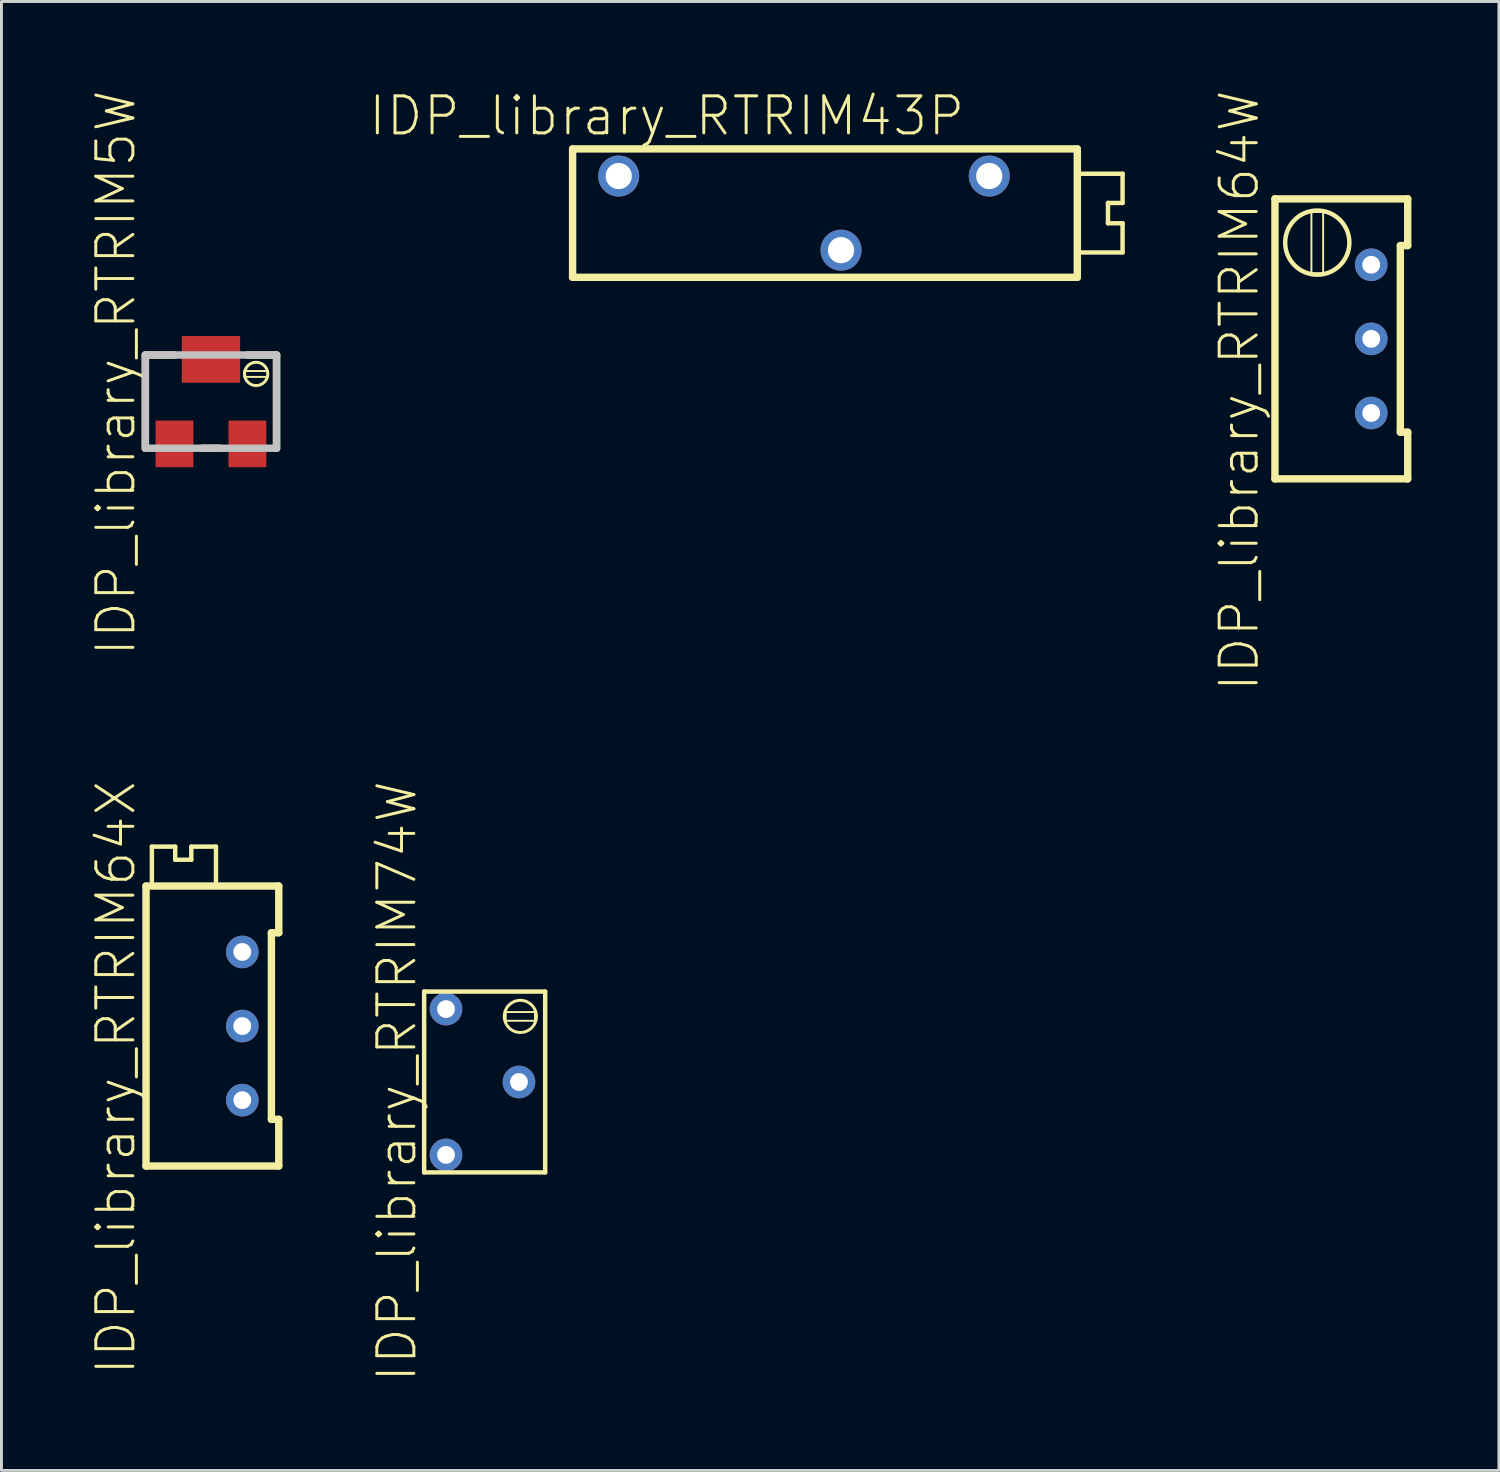
<source format=kicad_pcb>
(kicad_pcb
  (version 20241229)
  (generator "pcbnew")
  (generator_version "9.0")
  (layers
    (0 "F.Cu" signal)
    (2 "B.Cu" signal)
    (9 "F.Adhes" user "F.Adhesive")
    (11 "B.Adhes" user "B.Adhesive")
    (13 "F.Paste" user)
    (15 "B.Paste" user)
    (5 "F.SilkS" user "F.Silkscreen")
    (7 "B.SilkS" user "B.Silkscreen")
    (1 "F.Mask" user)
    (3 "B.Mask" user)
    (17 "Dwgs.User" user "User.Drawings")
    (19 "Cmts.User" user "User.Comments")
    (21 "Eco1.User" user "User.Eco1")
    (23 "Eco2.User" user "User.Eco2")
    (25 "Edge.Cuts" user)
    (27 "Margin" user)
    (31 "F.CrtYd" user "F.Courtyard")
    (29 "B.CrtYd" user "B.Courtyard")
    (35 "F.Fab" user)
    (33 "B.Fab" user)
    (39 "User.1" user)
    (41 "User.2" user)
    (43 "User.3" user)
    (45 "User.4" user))
  (footprint "IDP_library_RTRIM5W"
    (layer "F.Cu")
    (at 4.18 10.715)
    (property "Reference" "IDP_library_RTRIM5W" (at -3.259 -0.983 90) (layer "F.SilkS") (effects (font (size 1.27 1.27) (thickness 0.102))))
    (attr smd)
    (fp_line (start -2.248 -1.598) (end -2.248 1.598) (stroke (width 0.254) (type solid)) (layer "F.SilkS"))
    (fp_line (start -1.25 -1.598) (end -2.248 -1.598) (stroke (width 0.254) (type solid)) (layer "F.SilkS"))
    (fp_line (start -0.3 1.598) (end 0.3 1.598) (stroke (width 0.254) (type solid)) (layer "F.SilkS"))
    (fp_line (start 1.148 -1.049) (end 1.948 -1.049) (stroke (width 0.066) (type solid)) (layer "F.SilkS"))
    (fp_line (start 1.148 -0.848) (end 1.148 -1.049) (stroke (width 0.066) (type solid)) (layer "F.SilkS"))
    (fp_line (start 1.148 -0.848) (end 1.948 -0.848) (stroke (width 0.066) (type solid)) (layer "F.SilkS"))
    (fp_line (start 1.25 -1.598) (end 2.248 -1.598) (stroke (width 0.254) (type solid)) (layer "F.SilkS"))
    (fp_line (start 1.948 -0.848) (end 1.948 -1.049) (stroke (width 0.066) (type solid)) (layer "F.SilkS"))
    (fp_line (start 2.248 -1.598) (end 2.248 1.598) (stroke (width 0.254) (type solid)) (layer "F.SilkS"))
    (fp_circle (center 1.549 -0.95) (end 1.549 -1.349) (stroke (width 0.102) (type solid)) (fill no) (layer "F.SilkS"))
    (fp_line (start -2.248 -1.598) (end -2.248 1.598) (stroke (width 0.254) (type solid)) (layer "Dwgs.User"))
    (fp_line (start -2.248 1.598) (end 2.248 1.598) (stroke (width 0.254) (type solid)) (layer "Dwgs.User"))
    (fp_line (start 2.248 -1.598) (end -2.248 -1.598) (stroke (width 0.254) (type solid)) (layer "Dwgs.User"))
    (fp_line (start 2.248 1.598) (end 2.248 -1.598) (stroke (width 0.254) (type solid)) (layer "Dwgs.User"))
    (pad "1" smd rect (at -1.25 1.448) (size 1.298 1.598) (layers "F.Cu" "F.Mask" "F.Paste"))
    (pad "2" smd rect (at 0 -1.448) (size 1.999 1.598) (layers "F.Cu" "F.Mask" "F.Paste"))
    (pad "3" smd rect (at 1.25 1.448) (size 1.298 1.598) (layers "F.Cu" "F.Mask" "F.Paste")))
  (footprint "IDP_library_RTRIM64X"
    (layer "F.Cu")
    (at 3.984 32.116)
    (property "Reference" "IDP_library_RTRIM64X" (at -3.063 1.773 90) (layer "F.SilkS") (effects (font (size 1.27 1.27) (thickness 0.102))))
    (attr exclude_from_pos_files exclude_from_bom)
    (fp_line (start -2.029 -4.798) (end 2.52 -4.798) (stroke (width 0.254) (type solid)) (layer "F.SilkS"))
    (fp_line (start -2.029 4.798) (end -2.029 -4.798) (stroke (width 0.254) (type solid)) (layer "F.SilkS"))
    (fp_line (start -1.829 -6.149) (end -1.029 -6.149) (stroke (width 0.152) (type solid)) (layer "F.SilkS"))
    (fp_line (start -1.829 -4.948) (end -1.829 -6.149) (stroke (width 0.152) (type solid)) (layer "F.SilkS"))
    (fp_line (start -1.029 -6.149) (end -1.029 -5.7) (stroke (width 0.152) (type solid)) (layer "F.SilkS"))
    (fp_line (start -1.029 -5.7) (end -0.478 -5.7) (stroke (width 0.152) (type solid)) (layer "F.SilkS"))
    (fp_line (start -0.478 -6.149) (end 0.368 -6.149) (stroke (width 0.152) (type solid)) (layer "F.SilkS"))
    (fp_line (start -0.478 -5.7) (end -0.478 -6.149) (stroke (width 0.152) (type solid)) (layer "F.SilkS"))
    (fp_line (start 0.368 -6.149) (end 0.368 -4.948) (stroke (width 0.152) (type solid)) (layer "F.SilkS"))
    (fp_line (start 2.268 -3.198) (end 2.268 3.198) (stroke (width 0.254) (type solid)) (layer "F.SilkS"))
    (fp_line (start 2.268 3.198) (end 2.52 3.198) (stroke (width 0.254) (type solid)) (layer "F.SilkS"))
    (fp_line (start 2.52 -4.798) (end 2.52 -3.198) (stroke (width 0.254) (type solid)) (layer "F.SilkS"))
    (fp_line (start 2.52 -3.198) (end 2.268 -3.198) (stroke (width 0.254) (type solid)) (layer "F.SilkS"))
    (fp_line (start 2.52 3.198) (end 2.52 4.798) (stroke (width 0.254) (type solid)) (layer "F.SilkS"))
    (fp_line (start 2.52 4.798) (end -2.029 4.798) (stroke (width 0.254) (type solid)) (layer "F.SilkS"))
    (pad "1" thru_hole circle (at 1.27 2.54) (size 1.118 1.118) (drill 0.61) (layers "*.Cu" "*.Paste" "*.Mask"))
    (pad "2" thru_hole circle (at 1.27 0) (size 1.118 1.118) (drill 0.61) (layers "*.Cu" "*.Paste" "*.Mask"))
    (pad "3" thru_hole circle (at 1.27 -2.54) (size 1.118 1.118) (drill 0.61) (layers "*.Cu" "*.Paste" "*.Mask")))
  (footprint "IDP_library_RTRIM43P"
    (layer "F.Cu")
    (at 25.775 4.254)
    (property "Reference" "IDP_library_RTRIM43P" (at -5.974 -3.332 0) (layer "F.SilkS") (effects (font (size 1.27 1.27) (thickness 0.102))))
    (attr exclude_from_pos_files exclude_from_bom)
    (fp_line (start -9.2 -2.2) (end -9.2 2.2) (stroke (width 0.254) (type solid)) (layer "F.SilkS"))
    (fp_line (start -9.2 2.2) (end 8.098 2.2) (stroke (width 0.254) (type solid)) (layer "F.SilkS"))
    (fp_line (start 8.098 -2.2) (end -9.2 -2.2) (stroke (width 0.254) (type solid)) (layer "F.SilkS"))
    (fp_line (start 8.098 2.2) (end 8.098 -2.2) (stroke (width 0.254) (type solid)) (layer "F.SilkS"))
    (fp_line (start 8.199 -1.349) (end 9.649 -1.349) (stroke (width 0.152) (type solid)) (layer "F.SilkS"))
    (fp_line (start 9.149 -0.348) (end 9.149 0.348) (stroke (width 0.152) (type solid)) (layer "F.SilkS"))
    (fp_line (start 9.149 0.348) (end 9.649 0.348) (stroke (width 0.152) (type solid)) (layer "F.SilkS"))
    (fp_line (start 9.649 -1.349) (end 9.649 -0.348) (stroke (width 0.152) (type solid)) (layer "F.SilkS"))
    (fp_line (start 9.649 -0.348) (end 9.149 -0.348) (stroke (width 0.152) (type solid)) (layer "F.SilkS"))
    (fp_line (start 9.649 0.348) (end 9.649 1.349) (stroke (width 0.152) (type solid)) (layer "F.SilkS"))
    (fp_line (start 9.649 1.349) (end 8.199 1.349) (stroke (width 0.152) (type solid)) (layer "F.SilkS"))
    (pad "1" thru_hole circle (at -7.62 -1.27) (size 1.407 1.407) (drill 0.899) (layers "*.Cu" "*.Paste" "*.Mask"))
    (pad "2" thru_hole circle (at 0 1.27) (size 1.407 1.407) (drill 0.899) (layers "*.Cu" "*.Paste" "*.Mask"))
    (pad "3" thru_hole circle (at 5.08 -1.27) (size 1.407 1.407) (drill 0.899) (layers "*.Cu" "*.Paste" "*.Mask")))
  (footprint "IDP_library_RTRIM64W"
    (layer "F.Cu")
    (at 42.676 8.564)
    (property "Reference" "IDP_library_RTRIM64W" (at -3.254 1.773 90) (layer "F.SilkS") (effects (font (size 1.27 1.27) (thickness 0.102))))
    (attr exclude_from_pos_files exclude_from_bom)
    (fp_line (start -2.029 -4.798) (end 2.52 -4.798) (stroke (width 0.254) (type solid)) (layer "F.SilkS"))
    (fp_line (start -2.029 4.798) (end -2.029 -4.798) (stroke (width 0.254) (type solid)) (layer "F.SilkS"))
    (fp_line (start -0.78 -4.348) (end -0.378 -4.348) (stroke (width 0.066) (type solid)) (layer "F.SilkS"))
    (fp_line (start -0.78 -2.248) (end -0.78 -4.348) (stroke (width 0.066) (type solid)) (layer "F.SilkS"))
    (fp_line (start -0.78 -2.248) (end -0.378 -2.248) (stroke (width 0.066) (type solid)) (layer "F.SilkS"))
    (fp_line (start -0.378 -2.248) (end -0.378 -4.348) (stroke (width 0.066) (type solid)) (layer "F.SilkS"))
    (fp_line (start 2.268 -3.198) (end 2.268 3.198) (stroke (width 0.254) (type solid)) (layer "F.SilkS"))
    (fp_line (start 2.268 3.198) (end 2.52 3.198) (stroke (width 0.254) (type solid)) (layer "F.SilkS"))
    (fp_line (start 2.52 -4.798) (end 2.52 -3.198) (stroke (width 0.254) (type solid)) (layer "F.SilkS"))
    (fp_line (start 2.52 -3.198) (end 2.268 -3.198) (stroke (width 0.254) (type solid)) (layer "F.SilkS"))
    (fp_line (start 2.52 3.198) (end 2.52 4.798) (stroke (width 0.254) (type solid)) (layer "F.SilkS"))
    (fp_line (start 2.52 4.798) (end -2.029 4.798) (stroke (width 0.254) (type solid)) (layer "F.SilkS"))
    (fp_circle (center -0.579 -3.299) (end -0.579 -4.399) (stroke (width 0.152) (type solid)) (fill no) (layer "F.SilkS"))
    (pad "1" thru_hole circle (at 1.27 2.54) (size 1.118 1.118) (drill 0.61) (layers "*.Cu" "*.Paste" "*.Mask"))
    (pad "2" thru_hole circle (at 1.27 0) (size 1.118 1.118) (drill 0.61) (layers "*.Cu" "*.Paste" "*.Mask"))
    (pad "3" thru_hole circle (at 1.27 -2.54) (size 1.118 1.118) (drill 0.61) (layers "*.Cu" "*.Paste" "*.Mask")))
  (footprint "IDP_library_RTRIM74W"
    (layer "F.Cu")
    (at 13.486 34.033)
    (property "Reference" "IDP_library_RTRIM74W" (at -2.934 -0.023 90) (layer "F.SilkS") (effects (font (size 1.27 1.27) (thickness 0.102))))
    (attr exclude_from_pos_files exclude_from_bom)
    (fp_line (start -1.999 -3.099) (end -1.999 3.099) (stroke (width 0.152) (type solid)) (layer "F.SilkS"))
    (fp_line (start -1.999 3.099) (end 2.149 3.099) (stroke (width 0.152) (type solid)) (layer "F.SilkS"))
    (fp_line (start 0.798 -2.398) (end 1.798 -2.398) (stroke (width 0.066) (type solid)) (layer "F.SilkS"))
    (fp_line (start 0.798 -2.098) (end 0.798 -2.398) (stroke (width 0.066) (type solid)) (layer "F.SilkS"))
    (fp_line (start 0.798 -2.098) (end 1.798 -2.098) (stroke (width 0.066) (type solid)) (layer "F.SilkS"))
    (fp_line (start 1.798 -2.098) (end 1.798 -2.398) (stroke (width 0.066) (type solid)) (layer "F.SilkS"))
    (fp_line (start 2.149 -3.099) (end -1.999 -3.099) (stroke (width 0.152) (type solid)) (layer "F.SilkS"))
    (fp_line (start 2.149 3.099) (end 2.149 -3.099) (stroke (width 0.152) (type solid)) (layer "F.SilkS"))
    (fp_circle (center 1.298 -2.248) (end 1.298 -2.799) (stroke (width 0.102) (type solid)) (fill no) (layer "F.SilkS"))
    (pad "1" thru_hole circle (at -1.25 2.499) (size 1.118 1.118) (drill 0.61) (layers "*.Cu" "*.Paste" "*.Mask"))
    (pad "2" thru_hole circle (at 1.25 0) (size 1.118 1.118) (drill 0.61) (layers "*.Cu" "*.Paste" "*.Mask"))
    (pad "3" thru_hole circle (at -1.25 -2.499) (size 1.118 1.118) (drill 0.61) (layers "*.Cu" "*.Paste" "*.Mask")))
  (gr_rect
    (start -3 -3)
    (end 48.322 47.346)
    (stroke (width 0.1) (type default))
    (fill no)
    (layer "Edge.Cuts")))
</source>
